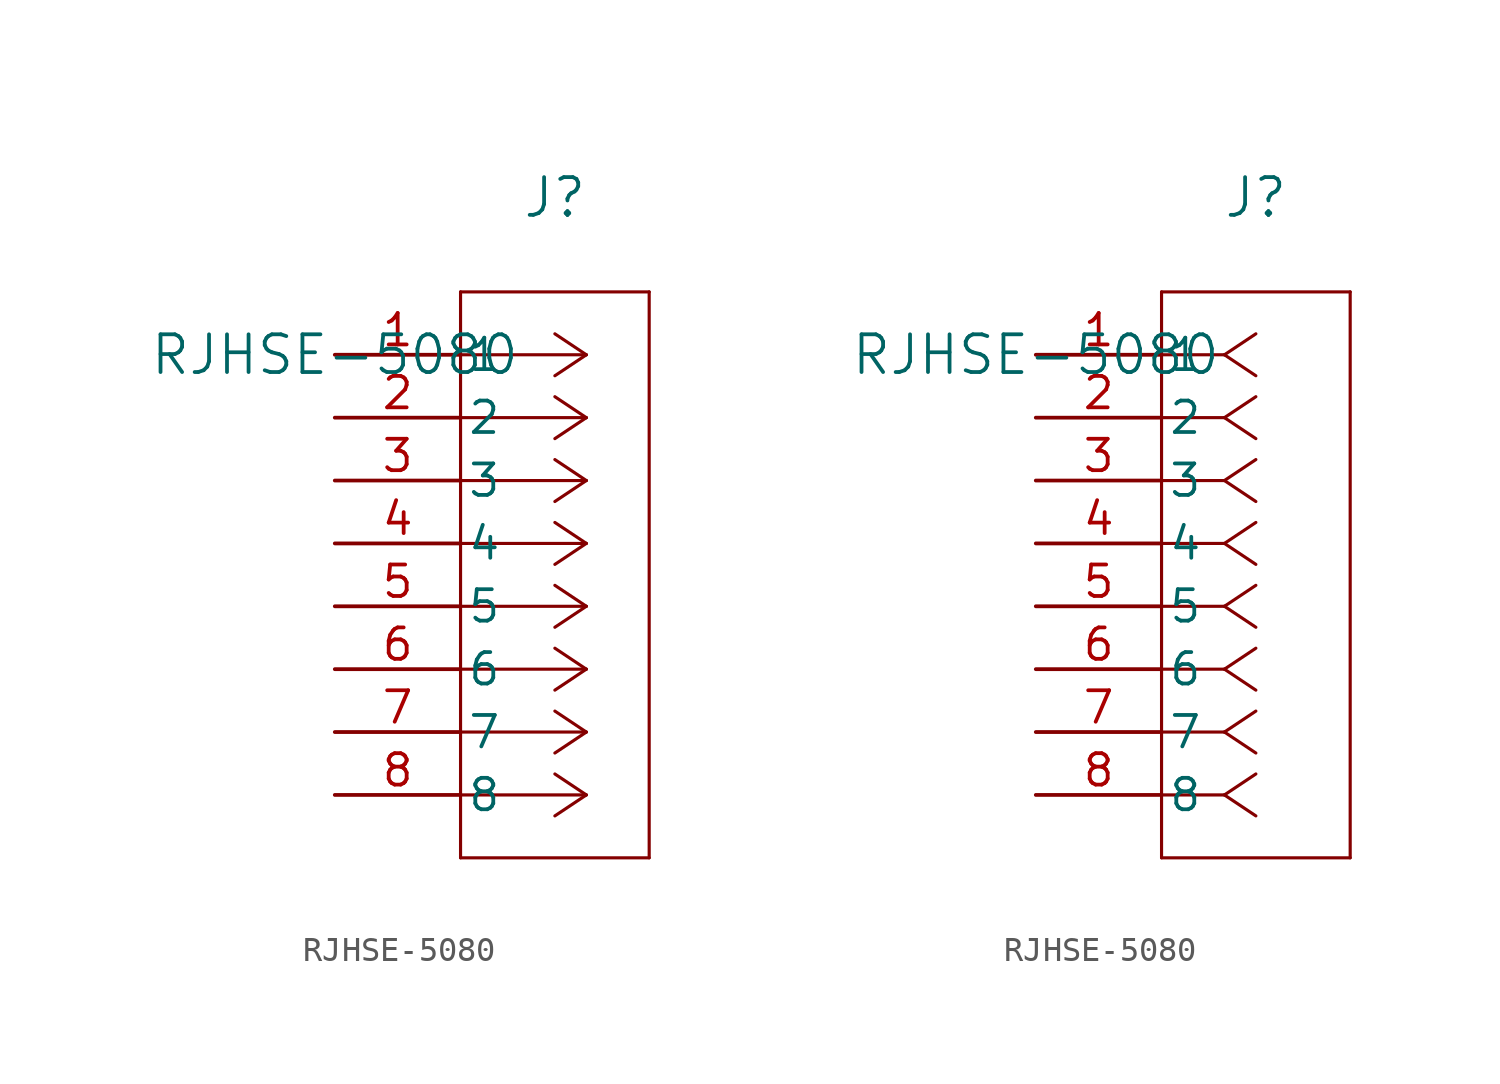
<source format=kicad_sym>
(kicad_symbol_lib
  (version 20211014)
  (generator kicad_symbol_editor)
  (symbol "RJHSE-5080"
    (pin_names
      (offset 0.254))
    (property "Reference" "J"
      (at 8.89 6.35 0)
      (effects (font (size 1.524 1.524))))
    (property "Value" "RJHSE-5080"
      (at 0 0 0)
      (effects (font (size 1.524 1.524))))
    (symbol "RJHSE-5080_1_1"
      (polyline (pts (xy 10.16 0) (xy 5.08 0)) (stroke (width 0.127) (type default) (color 0 0 0 0)) (fill (type none)))
      (polyline (pts (xy 10.16 -2.54) (xy 5.08 -2.54)) (stroke (width 0.127) (type default) (color 0 0 0 0)) (fill (type none)))
      (polyline (pts (xy 10.16 -5.08) (xy 5.08 -5.08)) (stroke (width 0.127) (type default) (color 0 0 0 0)) (fill (type none)))
      (polyline (pts (xy 10.16 -7.62) (xy 5.08 -7.62)) (stroke (width 0.127) (type default) (color 0 0 0 0)) (fill (type none)))
      (polyline (pts (xy 10.16 -10.16) (xy 5.08 -10.16)) (stroke (width 0.127) (type default) (color 0 0 0 0)) (fill (type none)))
      (polyline (pts (xy 10.16 -12.7) (xy 5.08 -12.7)) (stroke (width 0.127) (type default) (color 0 0 0 0)) (fill (type none)))
      (polyline (pts (xy 10.16 -15.24) (xy 5.08 -15.24)) (stroke (width 0.127) (type default) (color 0 0 0 0)) (fill (type none)))
      (polyline (pts (xy 10.16 -17.78) (xy 5.08 -17.78)) (stroke (width 0.127) (type default) (color 0 0 0 0)) (fill (type none)))
      (polyline (pts (xy 10.16 0) (xy 8.89 0.847)) (stroke (width 0.127) (type default) (color 0 0 0 0)) (fill (type none)))
      (polyline (pts (xy 10.16 -2.54) (xy 8.89 -1.693)) (stroke (width 0.127) (type default) (color 0 0 0 0)) (fill (type none)))
      (polyline (pts (xy 10.16 -5.08) (xy 8.89 -4.233)) (stroke (width 0.127) (type default) (color 0 0 0 0)) (fill (type none)))
      (polyline (pts (xy 10.16 -7.62) (xy 8.89 -6.773)) (stroke (width 0.127) (type default) (color 0 0 0 0)) (fill (type none)))
      (polyline (pts (xy 10.16 -10.16) (xy 8.89 -9.313)) (stroke (width 0.127) (type default) (color 0 0 0 0)) (fill (type none)))
      (polyline (pts (xy 10.16 -12.7) (xy 8.89 -11.853)) (stroke (width 0.127) (type default) (color 0 0 0 0)) (fill (type none)))
      (polyline (pts (xy 10.16 -15.24) (xy 8.89 -14.393)) (stroke (width 0.127) (type default) (color 0 0 0 0)) (fill (type none)))
      (polyline (pts (xy 10.16 -17.78) (xy 8.89 -16.933)) (stroke (width 0.127) (type default) (color 0 0 0 0)) (fill (type none)))
      (polyline (pts (xy 10.16 0) (xy 8.89 -0.847)) (stroke (width 0.127) (type default) (color 0 0 0 0)) (fill (type none)))
      (polyline (pts (xy 10.16 -2.54) (xy 8.89 -3.387)) (stroke (width 0.127) (type default) (color 0 0 0 0)) (fill (type none)))
      (polyline (pts (xy 10.16 -5.08) (xy 8.89 -5.927)) (stroke (width 0.127) (type default) (color 0 0 0 0)) (fill (type none)))
      (polyline (pts (xy 10.16 -7.62) (xy 8.89 -8.467)) (stroke (width 0.127) (type default) (color 0 0 0 0)) (fill (type none)))
      (polyline (pts (xy 10.16 -10.16) (xy 8.89 -11.007)) (stroke (width 0.127) (type default) (color 0 0 0 0)) (fill (type none)))
      (polyline (pts (xy 10.16 -12.7) (xy 8.89 -13.547)) (stroke (width 0.127) (type default) (color 0 0 0 0)) (fill (type none)))
      (polyline (pts (xy 10.16 -15.24) (xy 8.89 -16.087)) (stroke (width 0.127) (type default) (color 0 0 0 0)) (fill (type none)))
      (polyline (pts (xy 10.16 -17.78) (xy 8.89 -18.627)) (stroke (width 0.127) (type default) (color 0 0 0 0)) (fill (type none)))
      (polyline (pts (xy 5.08 2.54) (xy 5.08 -20.32)) (stroke (width 0.127) (type default) (color 0 0 0 0)) (fill (type none)))
      (polyline (pts (xy 5.08 -20.32) (xy 12.7 -20.32)) (stroke (width 0.127) (type default) (color 0 0 0 0)) (fill (type none)))
      (polyline (pts (xy 12.7 -20.32) (xy 12.7 2.54)) (stroke (width 0.127) (type default) (color 0 0 0 0)) (fill (type none)))
      (polyline (pts (xy 12.7 2.54) (xy 5.08 2.54)) (stroke (width 0.127) (type default) (color 0 0 0 0)) (fill (type none)))
      (pin unspecified line (at 0 0 0) (length 5.08) (name "1" (effects (font (size 1.27 1.27)))) (number "1" (effects (font (size 1.27 1.27)))))
      (pin unspecified line (at 0 -2.54 0) (length 5.08) (name "2" (effects (font (size 1.27 1.27)))) (number "2" (effects (font (size 1.27 1.27)))))
      (pin unspecified line (at 0 -5.08 0) (length 5.08) (name "3" (effects (font (size 1.27 1.27)))) (number "3" (effects (font (size 1.27 1.27)))))
      (pin unspecified line (at 0 -7.62 0) (length 5.08) (name "4" (effects (font (size 1.27 1.27)))) (number "4" (effects (font (size 1.27 1.27)))))
      (pin unspecified line (at 0 -10.16 0) (length 5.08) (name "5" (effects (font (size 1.27 1.27)))) (number "5" (effects (font (size 1.27 1.27)))))
      (pin unspecified line (at 0 -12.7 0) (length 5.08) (name "6" (effects (font (size 1.27 1.27)))) (number "6" (effects (font (size 1.27 1.27)))))
      (pin unspecified line (at 0 -15.24 0) (length 5.08) (name "7" (effects (font (size 1.27 1.27)))) (number "7" (effects (font (size 1.27 1.27)))))
      (pin unspecified line (at 0 -17.78 0) (length 5.08) (name "8" (effects (font (size 1.27 1.27)))) (number "8" (effects (font (size 1.27 1.27))))))
    (symbol "RJHSE-5080_1_2"
      (polyline (pts (xy 7.62 0) (xy 5.08 0)) (stroke (width 0.127) (type default) (color 0 0 0 0)) (fill (type none)))
      (polyline (pts (xy 7.62 -2.54) (xy 5.08 -2.54)) (stroke (width 0.127) (type default) (color 0 0 0 0)) (fill (type none)))
      (polyline (pts (xy 7.62 -5.08) (xy 5.08 -5.08)) (stroke (width 0.127) (type default) (color 0 0 0 0)) (fill (type none)))
      (polyline (pts (xy 7.62 -7.62) (xy 5.08 -7.62)) (stroke (width 0.127) (type default) (color 0 0 0 0)) (fill (type none)))
      (polyline (pts (xy 7.62 -10.16) (xy 5.08 -10.16)) (stroke (width 0.127) (type default) (color 0 0 0 0)) (fill (type none)))
      (polyline (pts (xy 7.62 -12.7) (xy 5.08 -12.7)) (stroke (width 0.127) (type default) (color 0 0 0 0)) (fill (type none)))
      (polyline (pts (xy 7.62 -15.24) (xy 5.08 -15.24)) (stroke (width 0.127) (type default) (color 0 0 0 0)) (fill (type none)))
      (polyline (pts (xy 7.62 -17.78) (xy 5.08 -17.78)) (stroke (width 0.127) (type default) (color 0 0 0 0)) (fill (type none)))
      (polyline (pts (xy 7.62 0) (xy 8.89 0.847)) (stroke (width 0.127) (type default) (color 0 0 0 0)) (fill (type none)))
      (polyline (pts (xy 7.62 -2.54) (xy 8.89 -1.693)) (stroke (width 0.127) (type default) (color 0 0 0 0)) (fill (type none)))
      (polyline (pts (xy 7.62 -5.08) (xy 8.89 -4.233)) (stroke (width 0.127) (type default) (color 0 0 0 0)) (fill (type none)))
      (polyline (pts (xy 7.62 -7.62) (xy 8.89 -6.773)) (stroke (width 0.127) (type default) (color 0 0 0 0)) (fill (type none)))
      (polyline (pts (xy 7.62 -10.16) (xy 8.89 -9.313)) (stroke (width 0.127) (type default) (color 0 0 0 0)) (fill (type none)))
      (polyline (pts (xy 7.62 -12.7) (xy 8.89 -11.853)) (stroke (width 0.127) (type default) (color 0 0 0 0)) (fill (type none)))
      (polyline (pts (xy 7.62 -15.24) (xy 8.89 -14.393)) (stroke (width 0.127) (type default) (color 0 0 0 0)) (fill (type none)))
      (polyline (pts (xy 7.62 -17.78) (xy 8.89 -16.933)) (stroke (width 0.127) (type default) (color 0 0 0 0)) (fill (type none)))
      (polyline (pts (xy 7.62 0) (xy 8.89 -0.847)) (stroke (width 0.127) (type default) (color 0 0 0 0)) (fill (type none)))
      (polyline (pts (xy 7.62 -2.54) (xy 8.89 -3.387)) (stroke (width 0.127) (type default) (color 0 0 0 0)) (fill (type none)))
      (polyline (pts (xy 7.62 -5.08) (xy 8.89 -5.927)) (stroke (width 0.127) (type default) (color 0 0 0 0)) (fill (type none)))
      (polyline (pts (xy 7.62 -7.62) (xy 8.89 -8.467)) (stroke (width 0.127) (type default) (color 0 0 0 0)) (fill (type none)))
      (polyline (pts (xy 7.62 -10.16) (xy 8.89 -11.007)) (stroke (width 0.127) (type default) (color 0 0 0 0)) (fill (type none)))
      (polyline (pts (xy 7.62 -12.7) (xy 8.89 -13.547)) (stroke (width 0.127) (type default) (color 0 0 0 0)) (fill (type none)))
      (polyline (pts (xy 7.62 -15.24) (xy 8.89 -16.087)) (stroke (width 0.127) (type default) (color 0 0 0 0)) (fill (type none)))
      (polyline (pts (xy 7.62 -17.78) (xy 8.89 -18.627)) (stroke (width 0.127) (type default) (color 0 0 0 0)) (fill (type none)))
      (polyline (pts (xy 5.08 2.54) (xy 5.08 -20.32)) (stroke (width 0.127) (type default) (color 0 0 0 0)) (fill (type none)))
      (polyline (pts (xy 5.08 -20.32) (xy 12.7 -20.32)) (stroke (width 0.127) (type default) (color 0 0 0 0)) (fill (type none)))
      (polyline (pts (xy 12.7 -20.32) (xy 12.7 2.54)) (stroke (width 0.127) (type default) (color 0 0 0 0)) (fill (type none)))
      (polyline (pts (xy 12.7 2.54) (xy 5.08 2.54)) (stroke (width 0.127) (type default) (color 0 0 0 0)) (fill (type none)))
      (pin unspecified line (at 0 0 0) (length 5.08) (name "1" (effects (font (size 1.27 1.27)))) (number "1" (effects (font (size 1.27 1.27)))))
      (pin unspecified line (at 0 -2.54 0) (length 5.08) (name "2" (effects (font (size 1.27 1.27)))) (number "2" (effects (font (size 1.27 1.27)))))
      (pin unspecified line (at 0 -5.08 0) (length 5.08) (name "3" (effects (font (size 1.27 1.27)))) (number "3" (effects (font (size 1.27 1.27)))))
      (pin unspecified line (at 0 -7.62 0) (length 5.08) (name "4" (effects (font (size 1.27 1.27)))) (number "4" (effects (font (size 1.27 1.27)))))
      (pin unspecified line (at 0 -10.16 0) (length 5.08) (name "5" (effects (font (size 1.27 1.27)))) (number "5" (effects (font (size 1.27 1.27)))))
      (pin unspecified line (at 0 -12.7 0) (length 5.08) (name "6" (effects (font (size 1.27 1.27)))) (number "6" (effects (font (size 1.27 1.27)))))
      (pin unspecified line (at 0 -15.24 0) (length 5.08) (name "7" (effects (font (size 1.27 1.27)))) (number "7" (effects (font (size 1.27 1.27)))))
      (pin unspecified line (at 0 -17.78 0) (length 5.08) (name "8" (effects (font (size 1.27 1.27)))) (number "8" (effects (font (size 1.27 1.27))))))))
</source>
